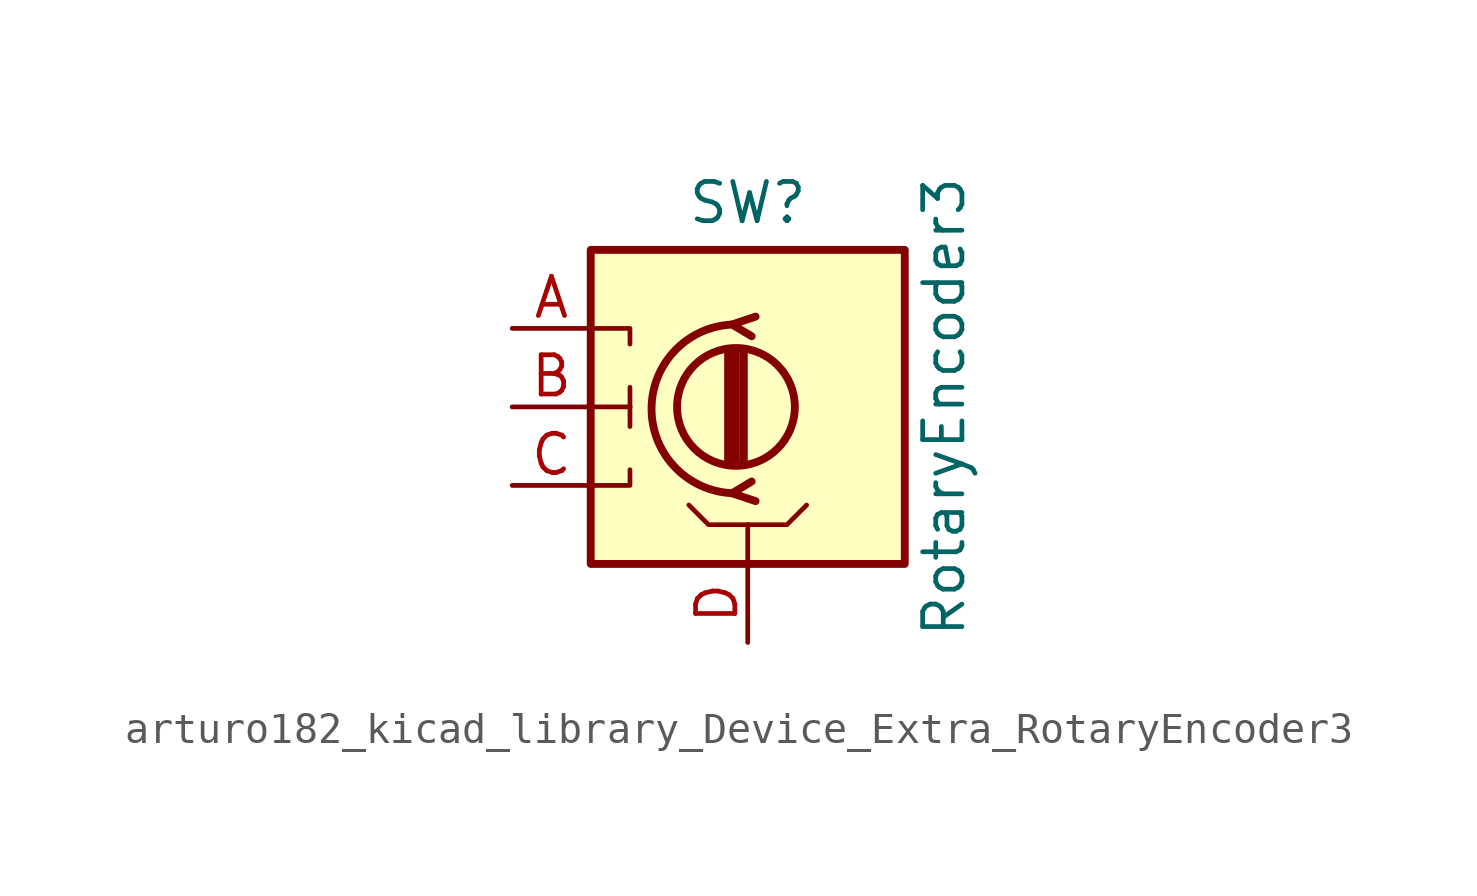
<source format=kicad_sym>
(kicad_symbol_lib
  (version 20220914)
  (generator kicad_symbol_editor)
  (symbol "arturo182_kicad_library_Device_Extra_RotaryEncoder3"
    (pin_names
      (offset 0.254) hide)
    (property "Reference" "SW"
      (at 0 6.604 0)
      (effects (font (size 1.27 1.27))))
    (property "Value" "RotaryEncoder3"
      (at 6.35 0 90)
      (effects (font (size 1.27 1.27))))
    (symbol "arturo182_kicad_library_Device_Extra_RotaryEncoder3_0_1"
      (rectangle (start -5.08 5.08) (end 5.08 -5.08) (stroke (width 0.254) (type default)) (fill (type background)))
      (circle (center -0.381 0) (radius 1.905) (stroke (width 0.254) (type default)) (fill (type none)))
      (arc (start -0.381 2.667) (mid -3.0988 -0.0635) (end -0.381 -2.794) (stroke (width 0.254) (type default)) (fill (type none)))
      (polyline (pts (xy -5.08 0) (xy -3.81 0)) (stroke (width 0) (type default)) (fill (type none)))
      (polyline (pts (xy -3.81 0) (xy -3.81 -0.635)) (stroke (width 0) (type default)) (fill (type none)))
      (polyline (pts (xy -3.81 0) (xy -3.81 0.635)) (stroke (width 0) (type default)) (fill (type none)))
      (polyline (pts (xy -0.635 -1.778) (xy -0.635 1.778)) (stroke (width 0.254) (type default)) (fill (type none)))
      (polyline (pts (xy -0.381 -1.778) (xy -0.381 1.778)) (stroke (width 0.254) (type default)) (fill (type none)))
      (polyline (pts (xy -0.127 1.778) (xy -0.127 -1.778)) (stroke (width 0.254) (type default)) (fill (type none)))
      (polyline (pts (xy -5.08 -2.54) (xy -3.81 -2.54) (xy -3.81 -2.032)) (stroke (width 0) (type default)) (fill (type none)))
      (polyline (pts (xy -5.08 2.54) (xy -3.81 2.54) (xy -3.81 2.032)) (stroke (width 0) (type default)) (fill (type none)))
      (polyline (pts (xy 0 -3.81) (xy 1.27 -3.81) (xy 1.905 -3.175)) (stroke (width 0) (type default)) (fill (type none)))
      (polyline (pts (xy 0.254 -3.048) (xy -0.508 -2.794) (xy 0.127 -2.413)) (stroke (width 0.254) (type default)) (fill (type none)))
      (polyline (pts (xy 0.254 2.921) (xy -0.508 2.667) (xy 0.127 2.286)) (stroke (width 0.254) (type default)) (fill (type none)))
      (polyline (pts (xy 0 -5.08) (xy 0 -3.81) (xy -1.27 -3.81) (xy -1.905 -3.175)) (stroke (width 0) (type default)) (fill (type none))))
    (symbol "arturo182_kicad_library_Device_Extra_RotaryEncoder3_1_1"
      (pin passive line (at -7.62 2.54 0) (length 2.54) (name "A" (effects (font (size 1.27 1.27)))) (number "A" (effects (font (size 1.27 1.27)))))
      (pin passive line (at -7.62 0 0) (length 2.54) (name "B" (effects (font (size 1.27 1.27)))) (number "B" (effects (font (size 1.27 1.27)))))
      (pin passive line (at -7.62 -2.54 0) (length 2.54) (name "C" (effects (font (size 1.27 1.27)))) (number "C" (effects (font (size 1.27 1.27)))))
      (pin passive line (at 0 -7.62 90) (length 2.54) (name "D" (effects (font (size 1.27 1.27)))) (number "D" (effects (font (size 1.27 1.27))))))))
</source>
